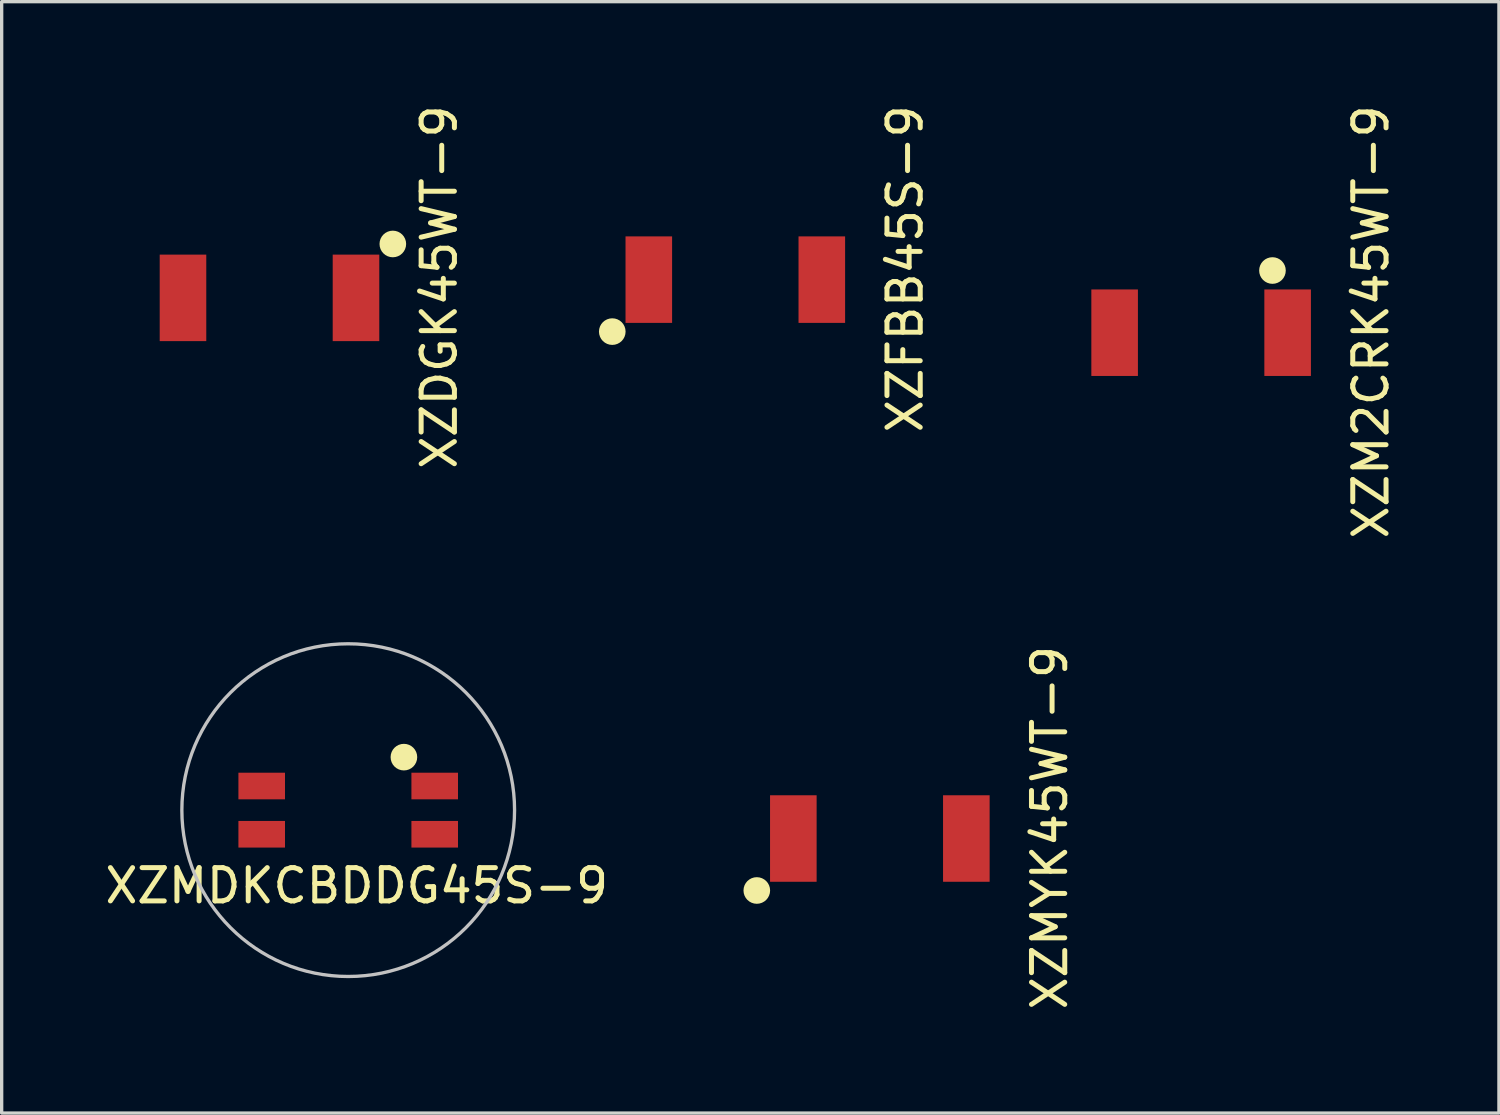
<source format=kicad_pcb>
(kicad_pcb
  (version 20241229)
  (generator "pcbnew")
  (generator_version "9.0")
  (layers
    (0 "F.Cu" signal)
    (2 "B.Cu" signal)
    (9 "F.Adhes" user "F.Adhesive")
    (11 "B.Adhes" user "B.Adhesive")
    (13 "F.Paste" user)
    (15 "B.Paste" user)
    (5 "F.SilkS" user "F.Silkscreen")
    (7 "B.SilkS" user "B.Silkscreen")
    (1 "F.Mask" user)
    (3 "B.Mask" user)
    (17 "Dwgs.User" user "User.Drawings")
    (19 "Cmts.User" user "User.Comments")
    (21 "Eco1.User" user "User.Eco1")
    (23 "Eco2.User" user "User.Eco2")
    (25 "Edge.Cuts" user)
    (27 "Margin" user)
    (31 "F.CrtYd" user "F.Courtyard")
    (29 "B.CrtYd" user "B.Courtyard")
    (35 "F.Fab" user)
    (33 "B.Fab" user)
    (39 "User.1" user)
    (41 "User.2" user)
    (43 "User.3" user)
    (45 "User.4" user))
  (footprint "XZMYK45WT-9"
    (layer "F.Cu")
    (at 23.395 22.153)
    (property "Reference" "XZMYK45WT-9" (at 5.103 -0.325 270) (layer "F.SilkS") (effects (font (size 1 1) (thickness 0.15))))
    (attr through_hole)
    (fp_circle (center -0.015 0.142) (end 0.785 0.142) (stroke (width 1.6) (type solid)) (fill no) (layer "F.Mask"))
    (fp_circle (center -3.698 1.562) (end -3.498 1.562) (stroke (width 0.4) (type solid)) (fill no) (layer "F.SilkS"))
    (fp_circle (center 0 0) (end 5 0) (stroke (width 0.1) (type default)) (fill no) (layer "User.1"))
    (pad "1" smd rect (at -2.6 0) (size 1.4 2.6) (layers "F.Cu" "F.Mask" "F.Paste"))
    (pad "2" smd rect (at 2.6 0) (size 1.4 2.6) (layers "F.Cu" "F.Mask" "F.Paste")))
  (footprint "XZFBB45S-9"
    (layer "F.Cu")
    (at 19.051 5.355)
    (property "Reference" "XZFBB45S-9" (at 5.103 -0.325 270) (layer "F.SilkS") (effects (font (size 1 1) (thickness 0.15))))
    (attr through_hole)
    (fp_circle (center -0.015 0.142) (end 0.785 0.142) (stroke (width 1.6) (type solid)) (fill no) (layer "F.Mask"))
    (fp_circle (center -3.698 1.562) (end -3.498 1.562) (stroke (width 0.4) (type solid)) (fill no) (layer "F.SilkS"))
    (fp_circle (center 0 0) (end 5 0) (stroke (width 0.1) (type default)) (fill no) (layer "User.1"))
    (pad "1" smd rect (at -2.6 0) (size 1.4 2.6) (layers "F.Cu" "F.Mask" "F.Paste"))
    (pad "2" smd rect (at 2.6 0) (size 1.4 2.6) (layers "F.Cu" "F.Mask" "F.Paste")))
  (footprint "XZDGK45WT-9"
    (layer "F.Cu")
    (at 5.05 5.903)
    (property "Reference" "XZDGK45WT-9" (at 5.103 -0.325 270) (layer "F.SilkS") (effects (font (size 1 1) (thickness 0.15))))
    (attr through_hole)
    (fp_circle (center -0.015 0.142) (end 0.785 0.142) (stroke (width 1.6) (type solid)) (fill no) (layer "F.Mask"))
    (fp_circle (center 3.707 -1.62) (end 3.907 -1.62) (stroke (width 0.4) (type solid)) (fill no) (layer "F.SilkS"))
    (fp_circle (center 0 0) (end 5 0) (stroke (width 0.1) (type default)) (fill no) (layer "User.1"))
    (pad "1" smd rect (at -2.6 0) (size 1.4 2.6) (layers "F.Cu" "F.Mask" "F.Paste"))
    (pad "2" smd rect (at 2.6 0) (size 1.4 2.6) (layers "F.Cu" "F.Mask" "F.Paste")))
  (footprint "XZM2CRK45WT-9"
    (layer "F.Cu")
    (at 33.052 6.95)
    (property "Reference" "XZM2CRK45WT-9" (at 5.103 -0.325 270) (layer "F.SilkS") (effects (font (size 1 1) (thickness 0.15))))
    (attr through_hole)
    (fp_circle (center -0.015 0.142) (end 0.785 0.142) (stroke (width 1.6) (type solid)) (fill no) (layer "F.Mask"))
    (fp_circle (center 2.144 -1.869) (end 2.344 -1.869) (stroke (width 0.4) (type solid)) (fill no) (layer "F.SilkS"))
    (fp_circle (center 0 0) (end 5 0) (stroke (width 0.1) (type default)) (fill no) (layer "User.1"))
    (pad "1" smd rect (at -2.6 0) (size 1.4 2.6) (layers "F.Cu" "F.Mask" "F.Paste"))
    (pad "2" smd rect (at 2.6 0) (size 1.4 2.6) (layers "F.Cu" "F.Mask" "F.Paste"))
    (zone (net_name "") (layer "F.Cu") (hatch edge 0.508) (connect_pads) (min_thickness 0.254) (filled_areas_thickness no) (keepout (tracks not_allowed) (vias not_allowed) (pads not_allowed) (copperpour not_allowed) (footprints allowed)) (placement (enabled no)) (fill) (polygon (pts (xy 34.755 8.695) (xy 31.395 8.655) (xy 31.382 5.435) (xy 34.791 5.453)))))
  (footprint "XZMDKCBDDG45S-9"
    (layer "F.Cu")
    (at 7.416 21.3)
    (property "Reference" "XZMDKCBDDG45S-9" (at 0.257 2.273 0) (layer "F.SilkS") (effects (font (size 1 1) (thickness 0.15))))
    (attr through_hole)
    (fp_circle (center 0 0) (end 0.8 0) (stroke (width 1.6) (type solid)) (fill no) (layer "F.Mask"))
    (fp_circle (center 1.674 -1.593) (end 1.874 -1.593) (stroke (width 0.4) (type solid)) (fill no) (layer "F.SilkS"))
    (fp_circle (center 0 0) (end 5 0) (stroke (width 0.1) (type default)) (fill no) (layer "Dwgs.User"))
    (pad "1" smd rect (at 2.6 -0.725) (size 1.4 0.8) (layers "F.Cu" "F.Mask" "F.Paste"))
    (pad "2" smd rect (at -2.6 -0.725) (size 1.4 0.8) (layers "F.Cu" "F.Mask" "F.Paste"))
    (pad "3" smd rect (at -2.6 0.725) (size 1.4 0.8) (layers "F.Cu" "F.Mask" "F.Paste"))
    (pad "4" smd rect (at 2.6 0.725) (size 1.4 0.8) (layers "F.Cu" "F.Mask" "F.Paste")))
  (gr_rect
    (start -3 -3)
    (end 42.003 30.405)
    (stroke (width 0.1) (type default))
    (fill no)
    (layer "Edge.Cuts")))
</source>
